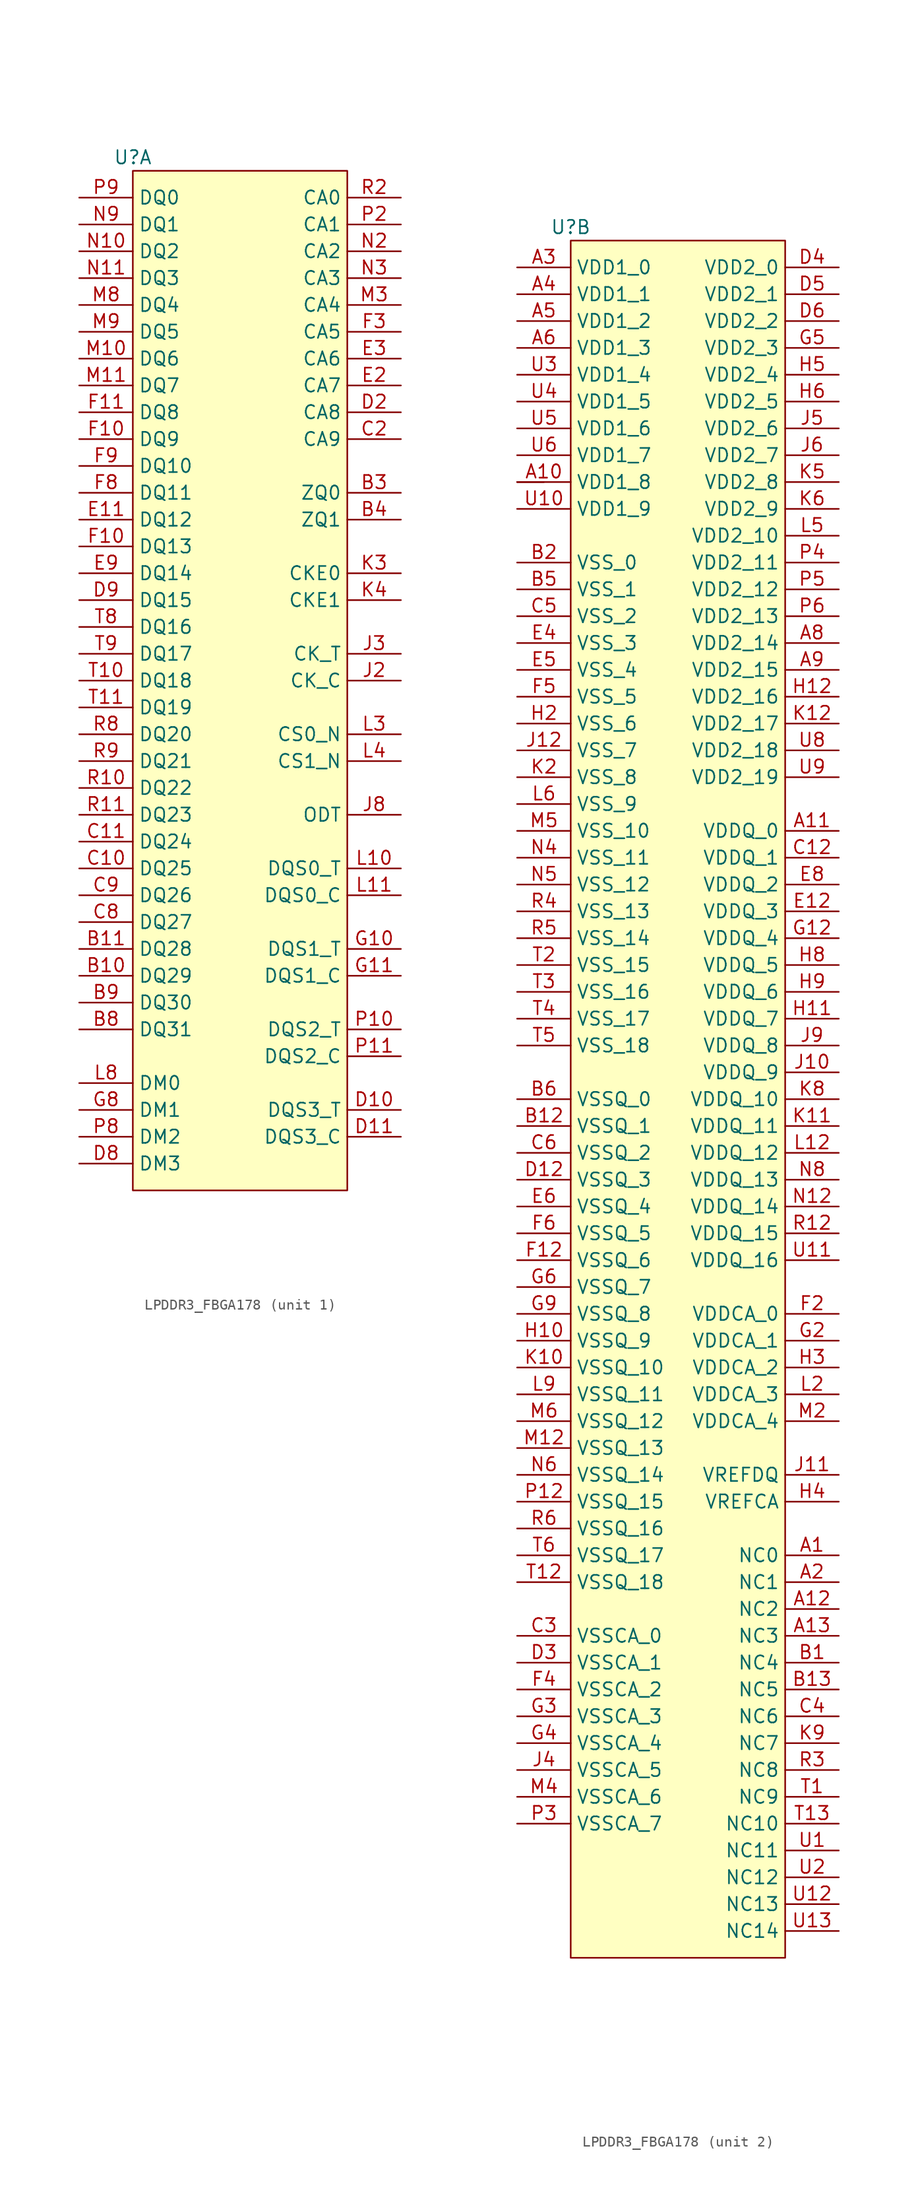
<source format=kicad_sym>
(kicad_symbol_lib
  (version 20220914)
  (generator kicad_symbol_editor)
  (symbol "LPDDR3_FBGA178"
    (property "Reference" "U"
      (at 0 1.27 0)
      (effects (font (size 1.27 1.27))))
    (property "Value" ""
      (at 0 1.27 0)
      (effects (font (size 1.27 1.27))))
    (symbol "LPDDR3_FBGA178_1_1"
      (rectangle (start 0 0) (end 20.32 -96.52) (stroke (width 0) (type default)) (fill (type background)))
      (pin bidirectional line (at -5.08 -76.2 0) (length 5.08) (name "DQ29" (effects (font (size 1.27 1.27)))) (number "B10" (effects (font (size 1.27 1.27)))))
      (pin bidirectional line (at -5.08 -73.66 0) (length 5.08) (name "DQ28" (effects (font (size 1.27 1.27)))) (number "B11" (effects (font (size 1.27 1.27)))))
      (pin bidirectional line (at 25.4 -30.48 180) (length 5.08) (name "ZQ0" (effects (font (size 1.27 1.27)))) (number "B3" (effects (font (size 1.27 1.27)))))
      (pin bidirectional line (at 25.4 -33.02 180) (length 5.08) (name "ZQ1" (effects (font (size 1.27 1.27)))) (number "B4" (effects (font (size 1.27 1.27)))))
      (pin bidirectional line (at -5.08 -81.28 0) (length 5.08) (name "DQ31" (effects (font (size 1.27 1.27)))) (number "B8" (effects (font (size 1.27 1.27)))))
      (pin bidirectional line (at -5.08 -78.74 0) (length 5.08) (name "DQ30" (effects (font (size 1.27 1.27)))) (number "B9" (effects (font (size 1.27 1.27)))))
      (pin bidirectional line (at -5.08 -66.04 0) (length 5.08) (name "DQ25" (effects (font (size 1.27 1.27)))) (number "C10" (effects (font (size 1.27 1.27)))))
      (pin bidirectional line (at -5.08 -63.5 0) (length 5.08) (name "DQ24" (effects (font (size 1.27 1.27)))) (number "C11" (effects (font (size 1.27 1.27)))))
      (pin bidirectional line (at 25.4 -25.4 180) (length 5.08) (name "CA9" (effects (font (size 1.27 1.27)))) (number "C2" (effects (font (size 1.27 1.27)))))
      (pin bidirectional line (at -5.08 -71.12 0) (length 5.08) (name "DQ27" (effects (font (size 1.27 1.27)))) (number "C8" (effects (font (size 1.27 1.27)))))
      (pin bidirectional line (at -5.08 -68.58 0) (length 5.08) (name "DQ26" (effects (font (size 1.27 1.27)))) (number "C9" (effects (font (size 1.27 1.27)))))
      (pin bidirectional line (at 25.4 -88.9 180) (length 5.08) (name "DQS3_T" (effects (font (size 1.27 1.27)))) (number "D10" (effects (font (size 1.27 1.27)))))
      (pin bidirectional line (at 25.4 -91.44 180) (length 5.08) (name "DQS3_C" (effects (font (size 1.27 1.27)))) (number "D11" (effects (font (size 1.27 1.27)))))
      (pin bidirectional line (at 25.4 -22.86 180) (length 5.08) (name "CA8" (effects (font (size 1.27 1.27)))) (number "D2" (effects (font (size 1.27 1.27)))))
      (pin bidirectional line (at -5.08 -93.98 0) (length 5.08) (name "DM3" (effects (font (size 1.27 1.27)))) (number "D8" (effects (font (size 1.27 1.27)))))
      (pin bidirectional line (at -5.08 -40.64 0) (length 5.08) (name "DQ15" (effects (font (size 1.27 1.27)))) (number "D9" (effects (font (size 1.27 1.27)))))
      (pin bidirectional line (at -5.08 -33.02 0) (length 5.08) (name "DQ12" (effects (font (size 1.27 1.27)))) (number "E11" (effects (font (size 1.27 1.27)))))
      (pin bidirectional line (at 25.4 -20.32 180) (length 5.08) (name "CA7" (effects (font (size 1.27 1.27)))) (number "E2" (effects (font (size 1.27 1.27)))))
      (pin bidirectional line (at 25.4 -17.78 180) (length 5.08) (name "CA6" (effects (font (size 1.27 1.27)))) (number "E3" (effects (font (size 1.27 1.27)))))
      (pin bidirectional line (at -5.08 -38.1 0) (length 5.08) (name "DQ14" (effects (font (size 1.27 1.27)))) (number "E9" (effects (font (size 1.27 1.27)))))
      (pin bidirectional line (at -5.08 -35.56 0) (length 5.08) (name "DQ13" (effects (font (size 1.27 1.27)))) (number "F10" (effects (font (size 1.27 1.27)))))
      (pin bidirectional line (at -5.08 -25.4 0) (length 5.08) (name "DQ9" (effects (font (size 1.27 1.27)))) (number "F10" (effects (font (size 1.27 1.27)))))
      (pin bidirectional line (at -5.08 -22.86 0) (length 5.08) (name "DQ8" (effects (font (size 1.27 1.27)))) (number "F11" (effects (font (size 1.27 1.27)))))
      (pin bidirectional line (at 25.4 -15.24 180) (length 5.08) (name "CA5" (effects (font (size 1.27 1.27)))) (number "F3" (effects (font (size 1.27 1.27)))))
      (pin bidirectional line (at -5.08 -30.48 0) (length 5.08) (name "DQ11" (effects (font (size 1.27 1.27)))) (number "F8" (effects (font (size 1.27 1.27)))))
      (pin bidirectional line (at -5.08 -27.94 0) (length 5.08) (name "DQ10" (effects (font (size 1.27 1.27)))) (number "F9" (effects (font (size 1.27 1.27)))))
      (pin bidirectional line (at 25.4 -73.66 180) (length 5.08) (name "DQS1_T" (effects (font (size 1.27 1.27)))) (number "G10" (effects (font (size 1.27 1.27)))))
      (pin bidirectional line (at 25.4 -76.2 180) (length 5.08) (name "DQS1_C" (effects (font (size 1.27 1.27)))) (number "G11" (effects (font (size 1.27 1.27)))))
      (pin bidirectional line (at -5.08 -88.9 0) (length 5.08) (name "DM1" (effects (font (size 1.27 1.27)))) (number "G8" (effects (font (size 1.27 1.27)))))
      (pin bidirectional line (at 25.4 -48.26 180) (length 5.08) (name "CK_C" (effects (font (size 1.27 1.27)))) (number "J2" (effects (font (size 1.27 1.27)))))
      (pin bidirectional line (at 25.4 -45.72 180) (length 5.08) (name "CK_T" (effects (font (size 1.27 1.27)))) (number "J3" (effects (font (size 1.27 1.27)))))
      (pin bidirectional line (at 25.4 -60.96 180) (length 5.08) (name "ODT" (effects (font (size 1.27 1.27)))) (number "J8" (effects (font (size 1.27 1.27)))))
      (pin bidirectional line (at 25.4 -38.1 180) (length 5.08) (name "CKE0" (effects (font (size 1.27 1.27)))) (number "K3" (effects (font (size 1.27 1.27)))))
      (pin bidirectional line (at 25.4 -40.64 180) (length 5.08) (name "CKE1" (effects (font (size 1.27 1.27)))) (number "K4" (effects (font (size 1.27 1.27)))))
      (pin bidirectional line (at 25.4 -66.04 180) (length 5.08) (name "DQS0_T" (effects (font (size 1.27 1.27)))) (number "L10" (effects (font (size 1.27 1.27)))))
      (pin bidirectional line (at 25.4 -68.58 180) (length 5.08) (name "DQS0_C" (effects (font (size 1.27 1.27)))) (number "L11" (effects (font (size 1.27 1.27)))))
      (pin bidirectional line (at 25.4 -53.34 180) (length 5.08) (name "CS0_N" (effects (font (size 1.27 1.27)))) (number "L3" (effects (font (size 1.27 1.27)))))
      (pin bidirectional line (at 25.4 -55.88 180) (length 5.08) (name "CS1_N" (effects (font (size 1.27 1.27)))) (number "L4" (effects (font (size 1.27 1.27)))))
      (pin bidirectional line (at -5.08 -86.36 0) (length 5.08) (name "DM0" (effects (font (size 1.27 1.27)))) (number "L8" (effects (font (size 1.27 1.27)))))
      (pin bidirectional line (at -5.08 -17.78 0) (length 5.08) (name "DQ6" (effects (font (size 1.27 1.27)))) (number "M10" (effects (font (size 1.27 1.27)))))
      (pin bidirectional line (at -5.08 -20.32 0) (length 5.08) (name "DQ7" (effects (font (size 1.27 1.27)))) (number "M11" (effects (font (size 1.27 1.27)))))
      (pin bidirectional line (at 25.4 -12.7 180) (length 5.08) (name "CA4" (effects (font (size 1.27 1.27)))) (number "M3" (effects (font (size 1.27 1.27)))))
      (pin bidirectional line (at -5.08 -12.7 0) (length 5.08) (name "DQ4" (effects (font (size 1.27 1.27)))) (number "M8" (effects (font (size 1.27 1.27)))))
      (pin bidirectional line (at -5.08 -15.24 0) (length 5.08) (name "DQ5" (effects (font (size 1.27 1.27)))) (number "M9" (effects (font (size 1.27 1.27)))))
      (pin bidirectional line (at -5.08 -7.62 0) (length 5.08) (name "DQ2" (effects (font (size 1.27 1.27)))) (number "N10" (effects (font (size 1.27 1.27)))))
      (pin bidirectional line (at -5.08 -10.16 0) (length 5.08) (name "DQ3" (effects (font (size 1.27 1.27)))) (number "N11" (effects (font (size 1.27 1.27)))))
      (pin bidirectional line (at 25.4 -7.62 180) (length 5.08) (name "CA2" (effects (font (size 1.27 1.27)))) (number "N2" (effects (font (size 1.27 1.27)))))
      (pin bidirectional line (at 25.4 -10.16 180) (length 5.08) (name "CA3" (effects (font (size 1.27 1.27)))) (number "N3" (effects (font (size 1.27 1.27)))))
      (pin bidirectional line (at -5.08 -5.08 0) (length 5.08) (name "DQ1" (effects (font (size 1.27 1.27)))) (number "N9" (effects (font (size 1.27 1.27)))))
      (pin bidirectional line (at 25.4 -81.28 180) (length 5.08) (name "DQS2_T" (effects (font (size 1.27 1.27)))) (number "P10" (effects (font (size 1.27 1.27)))))
      (pin bidirectional line (at 25.4 -83.82 180) (length 5.08) (name "DQS2_C" (effects (font (size 1.27 1.27)))) (number "P11" (effects (font (size 1.27 1.27)))))
      (pin bidirectional line (at 25.4 -5.08 180) (length 5.08) (name "CA1" (effects (font (size 1.27 1.27)))) (number "P2" (effects (font (size 1.27 1.27)))))
      (pin bidirectional line (at -5.08 -91.44 0) (length 5.08) (name "DM2" (effects (font (size 1.27 1.27)))) (number "P8" (effects (font (size 1.27 1.27)))))
      (pin bidirectional line (at -5.08 -2.54 0) (length 5.08) (name "DQ0" (effects (font (size 1.27 1.27)))) (number "P9" (effects (font (size 1.27 1.27)))))
      (pin bidirectional line (at -5.08 -58.42 0) (length 5.08) (name "DQ22" (effects (font (size 1.27 1.27)))) (number "R10" (effects (font (size 1.27 1.27)))))
      (pin bidirectional line (at -5.08 -60.96 0) (length 5.08) (name "DQ23" (effects (font (size 1.27 1.27)))) (number "R11" (effects (font (size 1.27 1.27)))))
      (pin bidirectional line (at 25.4 -2.54 180) (length 5.08) (name "CA0" (effects (font (size 1.27 1.27)))) (number "R2" (effects (font (size 1.27 1.27)))))
      (pin bidirectional line (at -5.08 -53.34 0) (length 5.08) (name "DQ20" (effects (font (size 1.27 1.27)))) (number "R8" (effects (font (size 1.27 1.27)))))
      (pin bidirectional line (at -5.08 -55.88 0) (length 5.08) (name "DQ21" (effects (font (size 1.27 1.27)))) (number "R9" (effects (font (size 1.27 1.27)))))
      (pin bidirectional line (at -5.08 -48.26 0) (length 5.08) (name "DQ18" (effects (font (size 1.27 1.27)))) (number "T10" (effects (font (size 1.27 1.27)))))
      (pin bidirectional line (at -5.08 -50.8 0) (length 5.08) (name "DQ19" (effects (font (size 1.27 1.27)))) (number "T11" (effects (font (size 1.27 1.27)))))
      (pin bidirectional line (at -5.08 -43.18 0) (length 5.08) (name "DQ16" (effects (font (size 1.27 1.27)))) (number "T8" (effects (font (size 1.27 1.27)))))
      (pin bidirectional line (at -5.08 -45.72 0) (length 5.08) (name "DQ17" (effects (font (size 1.27 1.27)))) (number "T9" (effects (font (size 1.27 1.27))))))
    (symbol "LPDDR3_FBGA178_2_0"
      (pin bidirectional line (at -5.08 -22.86 0) (length 2.54) (name "" (effects (font (size 1.27 1.27)))) (number "" (effects (font (size 1.27 1.27))))))
    (symbol "LPDDR3_FBGA178_2_1"
      (rectangle (start 0 0) (end 20.32 -162.56) (stroke (width 0) (type default)) (fill (type background)))
      (pin bidirectional line (at 25.4 -124.46 180) (length 5.08) (name "NC0" (effects (font (size 1.27 1.27)))) (number "A1" (effects (font (size 1.27 1.27)))))
      (pin bidirectional line (at -5.08 -22.86 0) (length 5.08) (name "VDD1_8" (effects (font (size 1.27 1.27)))) (number "A10" (effects (font (size 1.27 1.27)))))
      (pin bidirectional line (at 25.4 -55.88 180) (length 5.08) (name "VDDQ_0" (effects (font (size 1.27 1.27)))) (number "A11" (effects (font (size 1.27 1.27)))))
      (pin bidirectional line (at 25.4 -129.54 180) (length 5.08) (name "NC2" (effects (font (size 1.27 1.27)))) (number "A12" (effects (font (size 1.27 1.27)))))
      (pin bidirectional line (at 25.4 -132.08 180) (length 5.08) (name "NC3" (effects (font (size 1.27 1.27)))) (number "A13" (effects (font (size 1.27 1.27)))))
      (pin bidirectional line (at 25.4 -127 180) (length 5.08) (name "NC1" (effects (font (size 1.27 1.27)))) (number "A2" (effects (font (size 1.27 1.27)))))
      (pin bidirectional line (at -5.08 -2.54 0) (length 5.08) (name "VDD1_0" (effects (font (size 1.27 1.27)))) (number "A3" (effects (font (size 1.27 1.27)))))
      (pin bidirectional line (at -5.08 -5.08 0) (length 5.08) (name "VDD1_1" (effects (font (size 1.27 1.27)))) (number "A4" (effects (font (size 1.27 1.27)))))
      (pin bidirectional line (at -5.08 -7.62 0) (length 5.08) (name "VDD1_2" (effects (font (size 1.27 1.27)))) (number "A5" (effects (font (size 1.27 1.27)))))
      (pin bidirectional line (at -5.08 -10.16 0) (length 5.08) (name "VDD1_3" (effects (font (size 1.27 1.27)))) (number "A6" (effects (font (size 1.27 1.27)))))
      (pin bidirectional line (at 25.4 -38.1 180) (length 5.08) (name "VDD2_14" (effects (font (size 1.27 1.27)))) (number "A8" (effects (font (size 1.27 1.27)))))
      (pin bidirectional line (at 25.4 -40.64 180) (length 5.08) (name "VDD2_15" (effects (font (size 1.27 1.27)))) (number "A9" (effects (font (size 1.27 1.27)))))
      (pin bidirectional line (at 25.4 -134.62 180) (length 5.08) (name "NC4" (effects (font (size 1.27 1.27)))) (number "B1" (effects (font (size 1.27 1.27)))))
      (pin bidirectional line (at -5.08 -83.82 0) (length 5.08) (name "VSSQ_1" (effects (font (size 1.27 1.27)))) (number "B12" (effects (font (size 1.27 1.27)))))
      (pin bidirectional line (at 25.4 -137.16 180) (length 5.08) (name "NC5" (effects (font (size 1.27 1.27)))) (number "B13" (effects (font (size 1.27 1.27)))))
      (pin bidirectional line (at -5.08 -30.48 0) (length 5.08) (name "VSS_0" (effects (font (size 1.27 1.27)))) (number "B2" (effects (font (size 1.27 1.27)))))
      (pin bidirectional line (at -5.08 -33.02 0) (length 5.08) (name "VSS_1" (effects (font (size 1.27 1.27)))) (number "B5" (effects (font (size 1.27 1.27)))))
      (pin bidirectional line (at -5.08 -81.28 0) (length 5.08) (name "VSSQ_0" (effects (font (size 1.27 1.27)))) (number "B6" (effects (font (size 1.27 1.27)))))
      (pin bidirectional line (at 25.4 -58.42 180) (length 5.08) (name "VDDQ_1" (effects (font (size 1.27 1.27)))) (number "C12" (effects (font (size 1.27 1.27)))))
      (pin bidirectional line (at -5.08 -132.08 0) (length 5.08) (name "VSSCA_0" (effects (font (size 1.27 1.27)))) (number "C3" (effects (font (size 1.27 1.27)))))
      (pin bidirectional line (at 25.4 -139.7 180) (length 5.08) (name "NC6" (effects (font (size 1.27 1.27)))) (number "C4" (effects (font (size 1.27 1.27)))))
      (pin bidirectional line (at -5.08 -35.56 0) (length 5.08) (name "VSS_2" (effects (font (size 1.27 1.27)))) (number "C5" (effects (font (size 1.27 1.27)))))
      (pin bidirectional line (at -5.08 -86.36 0) (length 5.08) (name "VSSQ_2" (effects (font (size 1.27 1.27)))) (number "C6" (effects (font (size 1.27 1.27)))))
      (pin bidirectional line (at -5.08 -88.9 0) (length 5.08) (name "VSSQ_3" (effects (font (size 1.27 1.27)))) (number "D12" (effects (font (size 1.27 1.27)))))
      (pin bidirectional line (at -5.08 -134.62 0) (length 5.08) (name "VSSCA_1" (effects (font (size 1.27 1.27)))) (number "D3" (effects (font (size 1.27 1.27)))))
      (pin bidirectional line (at 25.4 -2.54 180) (length 5.08) (name "VDD2_0" (effects (font (size 1.27 1.27)))) (number "D4" (effects (font (size 1.27 1.27)))))
      (pin bidirectional line (at 25.4 -5.08 180) (length 5.08) (name "VDD2_1" (effects (font (size 1.27 1.27)))) (number "D5" (effects (font (size 1.27 1.27)))))
      (pin bidirectional line (at 25.4 -7.62 180) (length 5.08) (name "VDD2_2" (effects (font (size 1.27 1.27)))) (number "D6" (effects (font (size 1.27 1.27)))))
      (pin bidirectional line (at 25.4 -63.5 180) (length 5.08) (name "VDDQ_3" (effects (font (size 1.27 1.27)))) (number "E12" (effects (font (size 1.27 1.27)))))
      (pin bidirectional line (at -5.08 -38.1 0) (length 5.08) (name "VSS_3" (effects (font (size 1.27 1.27)))) (number "E4" (effects (font (size 1.27 1.27)))))
      (pin bidirectional line (at -5.08 -40.64 0) (length 5.08) (name "VSS_4" (effects (font (size 1.27 1.27)))) (number "E5" (effects (font (size 1.27 1.27)))))
      (pin bidirectional line (at -5.08 -91.44 0) (length 5.08) (name "VSSQ_4" (effects (font (size 1.27 1.27)))) (number "E6" (effects (font (size 1.27 1.27)))))
      (pin bidirectional line (at 25.4 -60.96 180) (length 5.08) (name "VDDQ_2" (effects (font (size 1.27 1.27)))) (number "E8" (effects (font (size 1.27 1.27)))))
      (pin bidirectional line (at -5.08 -96.52 0) (length 5.08) (name "VSSQ_6" (effects (font (size 1.27 1.27)))) (number "F12" (effects (font (size 1.27 1.27)))))
      (pin bidirectional line (at 25.4 -101.6 180) (length 5.08) (name "VDDCA_0" (effects (font (size 1.27 1.27)))) (number "F2" (effects (font (size 1.27 1.27)))))
      (pin bidirectional line (at -5.08 -137.16 0) (length 5.08) (name "VSSCA_2" (effects (font (size 1.27 1.27)))) (number "F4" (effects (font (size 1.27 1.27)))))
      (pin bidirectional line (at -5.08 -43.18 0) (length 5.08) (name "VSS_5" (effects (font (size 1.27 1.27)))) (number "F5" (effects (font (size 1.27 1.27)))))
      (pin bidirectional line (at -5.08 -93.98 0) (length 5.08) (name "VSSQ_5" (effects (font (size 1.27 1.27)))) (number "F6" (effects (font (size 1.27 1.27)))))
      (pin bidirectional line (at 25.4 -66.04 180) (length 5.08) (name "VDDQ_4" (effects (font (size 1.27 1.27)))) (number "G12" (effects (font (size 1.27 1.27)))))
      (pin bidirectional line (at 25.4 -104.14 180) (length 5.08) (name "VDDCA_1" (effects (font (size 1.27 1.27)))) (number "G2" (effects (font (size 1.27 1.27)))))
      (pin bidirectional line (at -5.08 -139.7 0) (length 5.08) (name "VSSCA_3" (effects (font (size 1.27 1.27)))) (number "G3" (effects (font (size 1.27 1.27)))))
      (pin bidirectional line (at -5.08 -142.24 0) (length 5.08) (name "VSSCA_4" (effects (font (size 1.27 1.27)))) (number "G4" (effects (font (size 1.27 1.27)))))
      (pin bidirectional line (at 25.4 -10.16 180) (length 5.08) (name "VDD2_3" (effects (font (size 1.27 1.27)))) (number "G5" (effects (font (size 1.27 1.27)))))
      (pin bidirectional line (at -5.08 -99.06 0) (length 5.08) (name "VSSQ_7" (effects (font (size 1.27 1.27)))) (number "G6" (effects (font (size 1.27 1.27)))))
      (pin bidirectional line (at -5.08 -101.6 0) (length 5.08) (name "VSSQ_8" (effects (font (size 1.27 1.27)))) (number "G9" (effects (font (size 1.27 1.27)))))
      (pin bidirectional line (at -5.08 -104.14 0) (length 5.08) (name "VSSQ_9" (effects (font (size 1.27 1.27)))) (number "H10" (effects (font (size 1.27 1.27)))))
      (pin bidirectional line (at 25.4 -73.66 180) (length 5.08) (name "VDDQ_7" (effects (font (size 1.27 1.27)))) (number "H11" (effects (font (size 1.27 1.27)))))
      (pin bidirectional line (at 25.4 -43.18 180) (length 5.08) (name "VDD2_16" (effects (font (size 1.27 1.27)))) (number "H12" (effects (font (size 1.27 1.27)))))
      (pin bidirectional line (at -5.08 -45.72 0) (length 5.08) (name "VSS_6" (effects (font (size 1.27 1.27)))) (number "H2" (effects (font (size 1.27 1.27)))))
      (pin bidirectional line (at 25.4 -106.68 180) (length 5.08) (name "VDDCA_2" (effects (font (size 1.27 1.27)))) (number "H3" (effects (font (size 1.27 1.27)))))
      (pin bidirectional line (at 25.4 -119.38 180) (length 5.08) (name "VREFCA" (effects (font (size 1.27 1.27)))) (number "H4" (effects (font (size 1.27 1.27)))))
      (pin bidirectional line (at 25.4 -12.7 180) (length 5.08) (name "VDD2_4" (effects (font (size 1.27 1.27)))) (number "H5" (effects (font (size 1.27 1.27)))))
      (pin bidirectional line (at 25.4 -15.24 180) (length 5.08) (name "VDD2_5" (effects (font (size 1.27 1.27)))) (number "H6" (effects (font (size 1.27 1.27)))))
      (pin bidirectional line (at 25.4 -68.58 180) (length 5.08) (name "VDDQ_5" (effects (font (size 1.27 1.27)))) (number "H8" (effects (font (size 1.27 1.27)))))
      (pin bidirectional line (at 25.4 -71.12 180) (length 5.08) (name "VDDQ_6" (effects (font (size 1.27 1.27)))) (number "H9" (effects (font (size 1.27 1.27)))))
      (pin bidirectional line (at 25.4 -78.74 180) (length 5.08) (name "VDDQ_9" (effects (font (size 1.27 1.27)))) (number "J10" (effects (font (size 1.27 1.27)))))
      (pin bidirectional line (at 25.4 -116.84 180) (length 5.08) (name "VREFDQ" (effects (font (size 1.27 1.27)))) (number "J11" (effects (font (size 1.27 1.27)))))
      (pin bidirectional line (at -5.08 -48.26 0) (length 5.08) (name "VSS_7" (effects (font (size 1.27 1.27)))) (number "J12" (effects (font (size 1.27 1.27)))))
      (pin bidirectional line (at -5.08 -144.78 0) (length 5.08) (name "VSSCA_5" (effects (font (size 1.27 1.27)))) (number "J4" (effects (font (size 1.27 1.27)))))
      (pin bidirectional line (at 25.4 -17.78 180) (length 5.08) (name "VDD2_6" (effects (font (size 1.27 1.27)))) (number "J5" (effects (font (size 1.27 1.27)))))
      (pin bidirectional line (at 25.4 -20.32 180) (length 5.08) (name "VDD2_7" (effects (font (size 1.27 1.27)))) (number "J6" (effects (font (size 1.27 1.27)))))
      (pin bidirectional line (at 25.4 -76.2 180) (length 5.08) (name "VDDQ_8" (effects (font (size 1.27 1.27)))) (number "J9" (effects (font (size 1.27 1.27)))))
      (pin bidirectional line (at -5.08 -106.68 0) (length 5.08) (name "VSSQ_10" (effects (font (size 1.27 1.27)))) (number "K10" (effects (font (size 1.27 1.27)))))
      (pin bidirectional line (at 25.4 -83.82 180) (length 5.08) (name "VDDQ_11" (effects (font (size 1.27 1.27)))) (number "K11" (effects (font (size 1.27 1.27)))))
      (pin bidirectional line (at 25.4 -45.72 180) (length 5.08) (name "VDD2_17" (effects (font (size 1.27 1.27)))) (number "K12" (effects (font (size 1.27 1.27)))))
      (pin bidirectional line (at -5.08 -50.8 0) (length 5.08) (name "VSS_8" (effects (font (size 1.27 1.27)))) (number "K2" (effects (font (size 1.27 1.27)))))
      (pin bidirectional line (at 25.4 -22.86 180) (length 5.08) (name "VDD2_8" (effects (font (size 1.27 1.27)))) (number "K5" (effects (font (size 1.27 1.27)))))
      (pin bidirectional line (at 25.4 -25.4 180) (length 5.08) (name "VDD2_9" (effects (font (size 1.27 1.27)))) (number "K6" (effects (font (size 1.27 1.27)))))
      (pin bidirectional line (at 25.4 -81.28 180) (length 5.08) (name "VDDQ_10" (effects (font (size 1.27 1.27)))) (number "K8" (effects (font (size 1.27 1.27)))))
      (pin bidirectional line (at 25.4 -142.24 180) (length 5.08) (name "NC7" (effects (font (size 1.27 1.27)))) (number "K9" (effects (font (size 1.27 1.27)))))
      (pin bidirectional line (at 25.4 -86.36 180) (length 5.08) (name "VDDQ_12" (effects (font (size 1.27 1.27)))) (number "L12" (effects (font (size 1.27 1.27)))))
      (pin bidirectional line (at 25.4 -109.22 180) (length 5.08) (name "VDDCA_3" (effects (font (size 1.27 1.27)))) (number "L2" (effects (font (size 1.27 1.27)))))
      (pin bidirectional line (at 25.4 -27.94 180) (length 5.08) (name "VDD2_10" (effects (font (size 1.27 1.27)))) (number "L5" (effects (font (size 1.27 1.27)))))
      (pin bidirectional line (at -5.08 -53.34 0) (length 5.08) (name "VSS_9" (effects (font (size 1.27 1.27)))) (number "L6" (effects (font (size 1.27 1.27)))))
      (pin bidirectional line (at -5.08 -109.22 0) (length 5.08) (name "VSSQ_11" (effects (font (size 1.27 1.27)))) (number "L9" (effects (font (size 1.27 1.27)))))
      (pin bidirectional line (at -5.08 -114.3 0) (length 5.08) (name "VSSQ_13" (effects (font (size 1.27 1.27)))) (number "M12" (effects (font (size 1.27 1.27)))))
      (pin bidirectional line (at 25.4 -111.76 180) (length 5.08) (name "VDDCA_4" (effects (font (size 1.27 1.27)))) (number "M2" (effects (font (size 1.27 1.27)))))
      (pin bidirectional line (at -5.08 -147.32 0) (length 5.08) (name "VSSCA_6" (effects (font (size 1.27 1.27)))) (number "M4" (effects (font (size 1.27 1.27)))))
      (pin bidirectional line (at -5.08 -55.88 0) (length 5.08) (name "VSS_10" (effects (font (size 1.27 1.27)))) (number "M5" (effects (font (size 1.27 1.27)))))
      (pin bidirectional line (at -5.08 -111.76 0) (length 5.08) (name "VSSQ_12" (effects (font (size 1.27 1.27)))) (number "M6" (effects (font (size 1.27 1.27)))))
      (pin bidirectional line (at 25.4 -91.44 180) (length 5.08) (name "VDDQ_14" (effects (font (size 1.27 1.27)))) (number "N12" (effects (font (size 1.27 1.27)))))
      (pin bidirectional line (at -5.08 -58.42 0) (length 5.08) (name "VSS_11" (effects (font (size 1.27 1.27)))) (number "N4" (effects (font (size 1.27 1.27)))))
      (pin bidirectional line (at -5.08 -60.96 0) (length 5.08) (name "VSS_12" (effects (font (size 1.27 1.27)))) (number "N5" (effects (font (size 1.27 1.27)))))
      (pin bidirectional line (at -5.08 -116.84 0) (length 5.08) (name "VSSQ_14" (effects (font (size 1.27 1.27)))) (number "N6" (effects (font (size 1.27 1.27)))))
      (pin bidirectional line (at 25.4 -88.9 180) (length 5.08) (name "VDDQ_13" (effects (font (size 1.27 1.27)))) (number "N8" (effects (font (size 1.27 1.27)))))
      (pin bidirectional line (at -5.08 -119.38 0) (length 5.08) (name "VSSQ_15" (effects (font (size 1.27 1.27)))) (number "P12" (effects (font (size 1.27 1.27)))))
      (pin bidirectional line (at -5.08 -149.86 0) (length 5.08) (name "VSSCA_7" (effects (font (size 1.27 1.27)))) (number "P3" (effects (font (size 1.27 1.27)))))
      (pin bidirectional line (at 25.4 -30.48 180) (length 5.08) (name "VDD2_11" (effects (font (size 1.27 1.27)))) (number "P4" (effects (font (size 1.27 1.27)))))
      (pin bidirectional line (at 25.4 -33.02 180) (length 5.08) (name "VDD2_12" (effects (font (size 1.27 1.27)))) (number "P5" (effects (font (size 1.27 1.27)))))
      (pin bidirectional line (at 25.4 -35.56 180) (length 5.08) (name "VDD2_13" (effects (font (size 1.27 1.27)))) (number "P6" (effects (font (size 1.27 1.27)))))
      (pin bidirectional line (at 25.4 -93.98 180) (length 5.08) (name "VDDQ_15" (effects (font (size 1.27 1.27)))) (number "R12" (effects (font (size 1.27 1.27)))))
      (pin bidirectional line (at 25.4 -144.78 180) (length 5.08) (name "NC8" (effects (font (size 1.27 1.27)))) (number "R3" (effects (font (size 1.27 1.27)))))
      (pin bidirectional line (at -5.08 -63.5 0) (length 5.08) (name "VSS_13" (effects (font (size 1.27 1.27)))) (number "R4" (effects (font (size 1.27 1.27)))))
      (pin bidirectional line (at -5.08 -66.04 0) (length 5.08) (name "VSS_14" (effects (font (size 1.27 1.27)))) (number "R5" (effects (font (size 1.27 1.27)))))
      (pin bidirectional line (at -5.08 -121.92 0) (length 5.08) (name "VSSQ_16" (effects (font (size 1.27 1.27)))) (number "R6" (effects (font (size 1.27 1.27)))))
      (pin bidirectional line (at 25.4 -147.32 180) (length 5.08) (name "NC9" (effects (font (size 1.27 1.27)))) (number "T1" (effects (font (size 1.27 1.27)))))
      (pin bidirectional line (at -5.08 -127 0) (length 5.08) (name "VSSQ_18" (effects (font (size 1.27 1.27)))) (number "T12" (effects (font (size 1.27 1.27)))))
      (pin bidirectional line (at 25.4 -149.86 180) (length 5.08) (name "NC10" (effects (font (size 1.27 1.27)))) (number "T13" (effects (font (size 1.27 1.27)))))
      (pin bidirectional line (at -5.08 -68.58 0) (length 5.08) (name "VSS_15" (effects (font (size 1.27 1.27)))) (number "T2" (effects (font (size 1.27 1.27)))))
      (pin bidirectional line (at -5.08 -71.12 0) (length 5.08) (name "VSS_16" (effects (font (size 1.27 1.27)))) (number "T3" (effects (font (size 1.27 1.27)))))
      (pin bidirectional line (at -5.08 -73.66 0) (length 5.08) (name "VSS_17" (effects (font (size 1.27 1.27)))) (number "T4" (effects (font (size 1.27 1.27)))))
      (pin bidirectional line (at -5.08 -76.2 0) (length 5.08) (name "VSS_18" (effects (font (size 1.27 1.27)))) (number "T5" (effects (font (size 1.27 1.27)))))
      (pin bidirectional line (at -5.08 -124.46 0) (length 5.08) (name "VSSQ_17" (effects (font (size 1.27 1.27)))) (number "T6" (effects (font (size 1.27 1.27)))))
      (pin bidirectional line (at 25.4 -152.4 180) (length 5.08) (name "NC11" (effects (font (size 1.27 1.27)))) (number "U1" (effects (font (size 1.27 1.27)))))
      (pin bidirectional line (at -5.08 -25.4 0) (length 5.08) (name "VDD1_9" (effects (font (size 1.27 1.27)))) (number "U10" (effects (font (size 1.27 1.27)))))
      (pin bidirectional line (at 25.4 -96.52 180) (length 5.08) (name "VDDQ_16" (effects (font (size 1.27 1.27)))) (number "U11" (effects (font (size 1.27 1.27)))))
      (pin bidirectional line (at 25.4 -157.48 180) (length 5.08) (name "NC13" (effects (font (size 1.27 1.27)))) (number "U12" (effects (font (size 1.27 1.27)))))
      (pin bidirectional line (at 25.4 -160.02 180) (length 5.08) (name "NC14" (effects (font (size 1.27 1.27)))) (number "U13" (effects (font (size 1.27 1.27)))))
      (pin bidirectional line (at 25.4 -154.94 180) (length 5.08) (name "NC12" (effects (font (size 1.27 1.27)))) (number "U2" (effects (font (size 1.27 1.27)))))
      (pin bidirectional line (at -5.08 -12.7 0) (length 5.08) (name "VDD1_4" (effects (font (size 1.27 1.27)))) (number "U3" (effects (font (size 1.27 1.27)))))
      (pin bidirectional line (at -5.08 -15.24 0) (length 5.08) (name "VDD1_5" (effects (font (size 1.27 1.27)))) (number "U4" (effects (font (size 1.27 1.27)))))
      (pin bidirectional line (at -5.08 -17.78 0) (length 5.08) (name "VDD1_6" (effects (font (size 1.27 1.27)))) (number "U5" (effects (font (size 1.27 1.27)))))
      (pin bidirectional line (at -5.08 -20.32 0) (length 5.08) (name "VDD1_7" (effects (font (size 1.27 1.27)))) (number "U6" (effects (font (size 1.27 1.27)))))
      (pin bidirectional line (at 25.4 -48.26 180) (length 5.08) (name "VDD2_18" (effects (font (size 1.27 1.27)))) (number "U8" (effects (font (size 1.27 1.27)))))
      (pin bidirectional line (at 25.4 -50.8 180) (length 5.08) (name "VDD2_19" (effects (font (size 1.27 1.27)))) (number "U9" (effects (font (size 1.27 1.27))))))))
</source>
